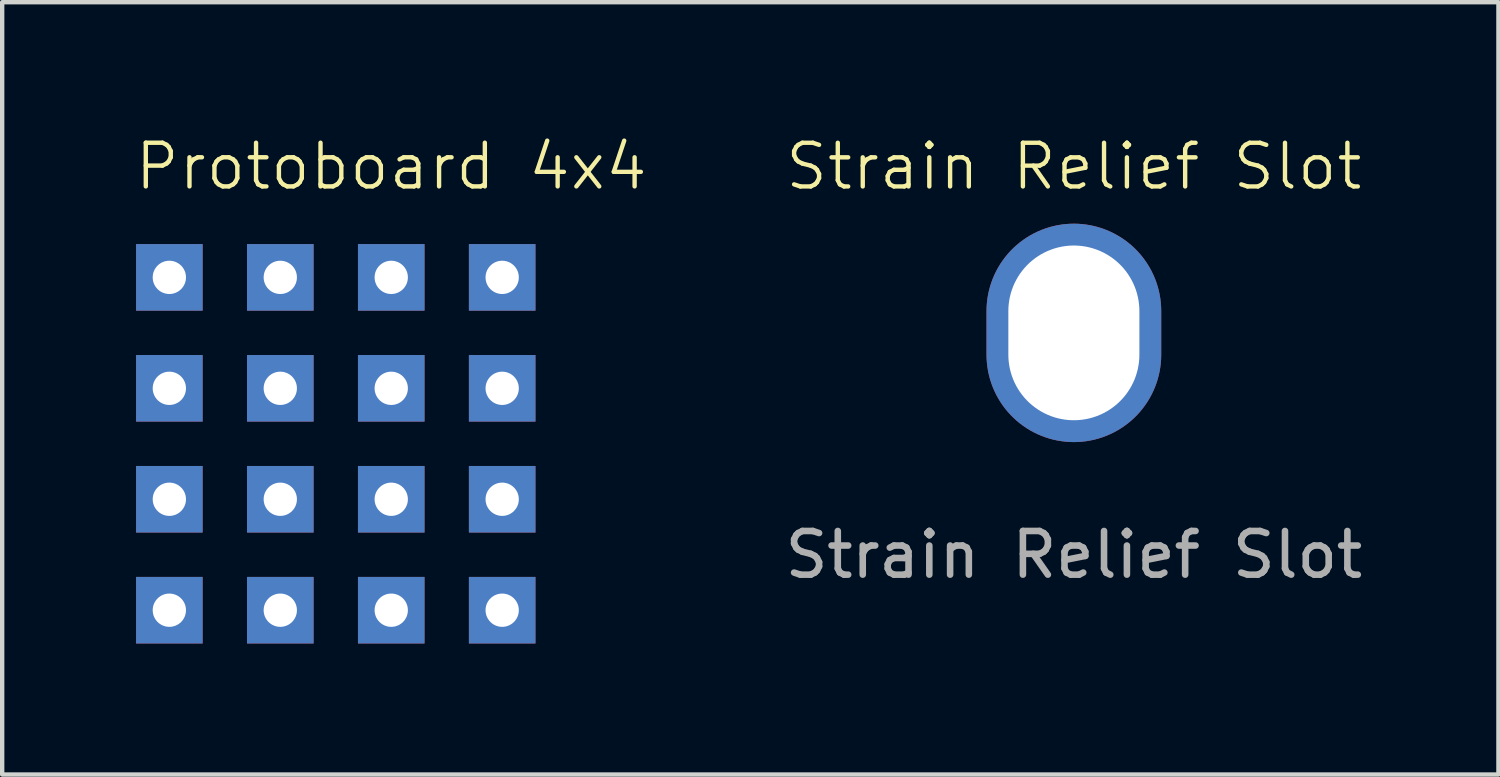
<source format=kicad_pcb>
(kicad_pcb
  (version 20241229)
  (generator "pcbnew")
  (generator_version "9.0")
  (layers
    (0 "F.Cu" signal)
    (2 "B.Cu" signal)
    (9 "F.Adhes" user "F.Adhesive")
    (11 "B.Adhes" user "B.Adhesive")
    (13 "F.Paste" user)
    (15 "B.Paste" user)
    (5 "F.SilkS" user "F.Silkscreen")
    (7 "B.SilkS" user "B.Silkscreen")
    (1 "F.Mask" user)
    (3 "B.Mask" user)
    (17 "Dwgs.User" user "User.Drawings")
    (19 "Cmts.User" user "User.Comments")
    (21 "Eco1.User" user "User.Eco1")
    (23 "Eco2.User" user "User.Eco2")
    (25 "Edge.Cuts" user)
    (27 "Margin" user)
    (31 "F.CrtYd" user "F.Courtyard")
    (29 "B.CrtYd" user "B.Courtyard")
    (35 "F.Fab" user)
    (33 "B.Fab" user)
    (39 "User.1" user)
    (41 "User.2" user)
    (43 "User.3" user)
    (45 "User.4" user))
  (footprint "Protoboard 4x4"
    (layer "F.Cu")
    (at 0.827 3.3)
    (property "Reference" "Protoboard 4x4" (at 5.08 -2.54 0) (unlocked yes) (layer "F.SilkS") (effects (font (size 1 1) (thickness 0.1))))
    (attr through_hole)
    (pad "1" thru_hole rect (at 0 0) (size 1.524 1.524) (drill 0.762) (layers "*.Cu" "*.Mask") (remove_unused_layers yes) (keep_end_layers yes) (zone_layer_connections))
    (pad "2" thru_hole rect (at 0 2.54) (size 1.524 1.524) (drill 0.762) (layers "*.Cu" "*.Mask") (remove_unused_layers yes) (keep_end_layers yes) (zone_layer_connections))
    (pad "3" thru_hole rect (at 0 5.08) (size 1.524 1.524) (drill 0.762) (layers "*.Cu" "*.Mask") (remove_unused_layers yes) (keep_end_layers yes) (zone_layer_connections))
    (pad "4" thru_hole rect (at 0 7.62) (size 1.524 1.524) (drill 0.762) (layers "*.Cu" "*.Mask") (remove_unused_layers yes) (keep_end_layers yes) (zone_layer_connections))
    (pad "5" thru_hole rect (at 2.54 7.62) (size 1.524 1.524) (drill 0.762) (layers "*.Cu" "*.Mask") (remove_unused_layers yes) (keep_end_layers yes) (zone_layer_connections))
    (pad "6" thru_hole rect (at 2.54 5.08) (size 1.524 1.524) (drill 0.762) (layers "*.Cu" "*.Mask") (remove_unused_layers yes) (keep_end_layers yes) (zone_layer_connections))
    (pad "7" thru_hole rect (at 2.54 2.54 90) (size 1.524 1.524) (drill 0.762) (layers "*.Cu" "*.Mask") (remove_unused_layers yes) (keep_end_layers yes) (zone_layer_connections))
    (pad "8" thru_hole rect (at 2.54 0) (size 1.524 1.524) (drill 0.762) (layers "*.Cu" "*.Mask") (remove_unused_layers yes) (keep_end_layers yes) (zone_layer_connections))
    (pad "9" thru_hole rect (at 5.08 0) (size 1.524 1.524) (drill 0.762) (layers "*.Cu" "*.Mask") (remove_unused_layers yes) (keep_end_layers yes) (zone_layer_connections))
    (pad "10" thru_hole rect (at 5.08 2.54) (size 1.524 1.524) (drill 0.762) (layers "*.Cu" "*.Mask") (remove_unused_layers yes) (keep_end_layers yes) (zone_layer_connections))
    (pad "11" thru_hole rect (at 5.08 5.08) (size 1.524 1.524) (drill 0.762) (layers "*.Cu" "*.Mask") (remove_unused_layers yes) (keep_end_layers yes) (zone_layer_connections))
    (pad "12" thru_hole rect (at 5.08 7.62) (size 1.524 1.524) (drill 0.762) (layers "*.Cu" "*.Mask") (remove_unused_layers yes) (keep_end_layers yes) (zone_layer_connections))
    (pad "13" thru_hole rect (at 7.62 7.62) (size 1.524 1.524) (drill 0.762) (layers "*.Cu" "*.Mask") (remove_unused_layers yes) (keep_end_layers yes) (zone_layer_connections))
    (pad "14" thru_hole rect (at 7.62 5.08) (size 1.524 1.524) (drill 0.762) (layers "*.Cu" "*.Mask") (remove_unused_layers yes) (keep_end_layers yes) (zone_layer_connections))
    (pad "15" thru_hole rect (at 7.62 2.54) (size 1.524 1.524) (drill 0.762) (layers "*.Cu" "*.Mask") (remove_unused_layers yes) (keep_end_layers yes) (zone_layer_connections))
    (pad "16" thru_hole rect (at 7.62 0) (size 1.524 1.524) (drill 0.762) (layers "*.Cu" "*.Mask") (remove_unused_layers yes) (keep_end_layers yes) (zone_layer_connections)))
  (footprint "Strain Relief Slot"
    (layer "F.Cu")
    (at 21.535 4.571)
    (property "Reference" "Strain Relief Slot" (at 0 -3.81 0) (unlocked yes) (layer "F.SilkS") (effects (font (size 1 1) (thickness 0.1))))
    (fp_text user "${REFERENCE}" (at 0 5.08 0) (unlocked yes) (layer "F.Fab") (effects (font (size 1 1) (thickness 0.15))))
    (pad "" np_thru_hole oval (at 0 0) (size 4 5) (drill oval 3 4) (layers "*.Cu" "*.Mask")))
  (gr_rect
    (start -3 -3)
    (end 31.255 14.682)
    (stroke (width 0.1) (type default))
    (fill no)
    (layer "Edge.Cuts")))
</source>
